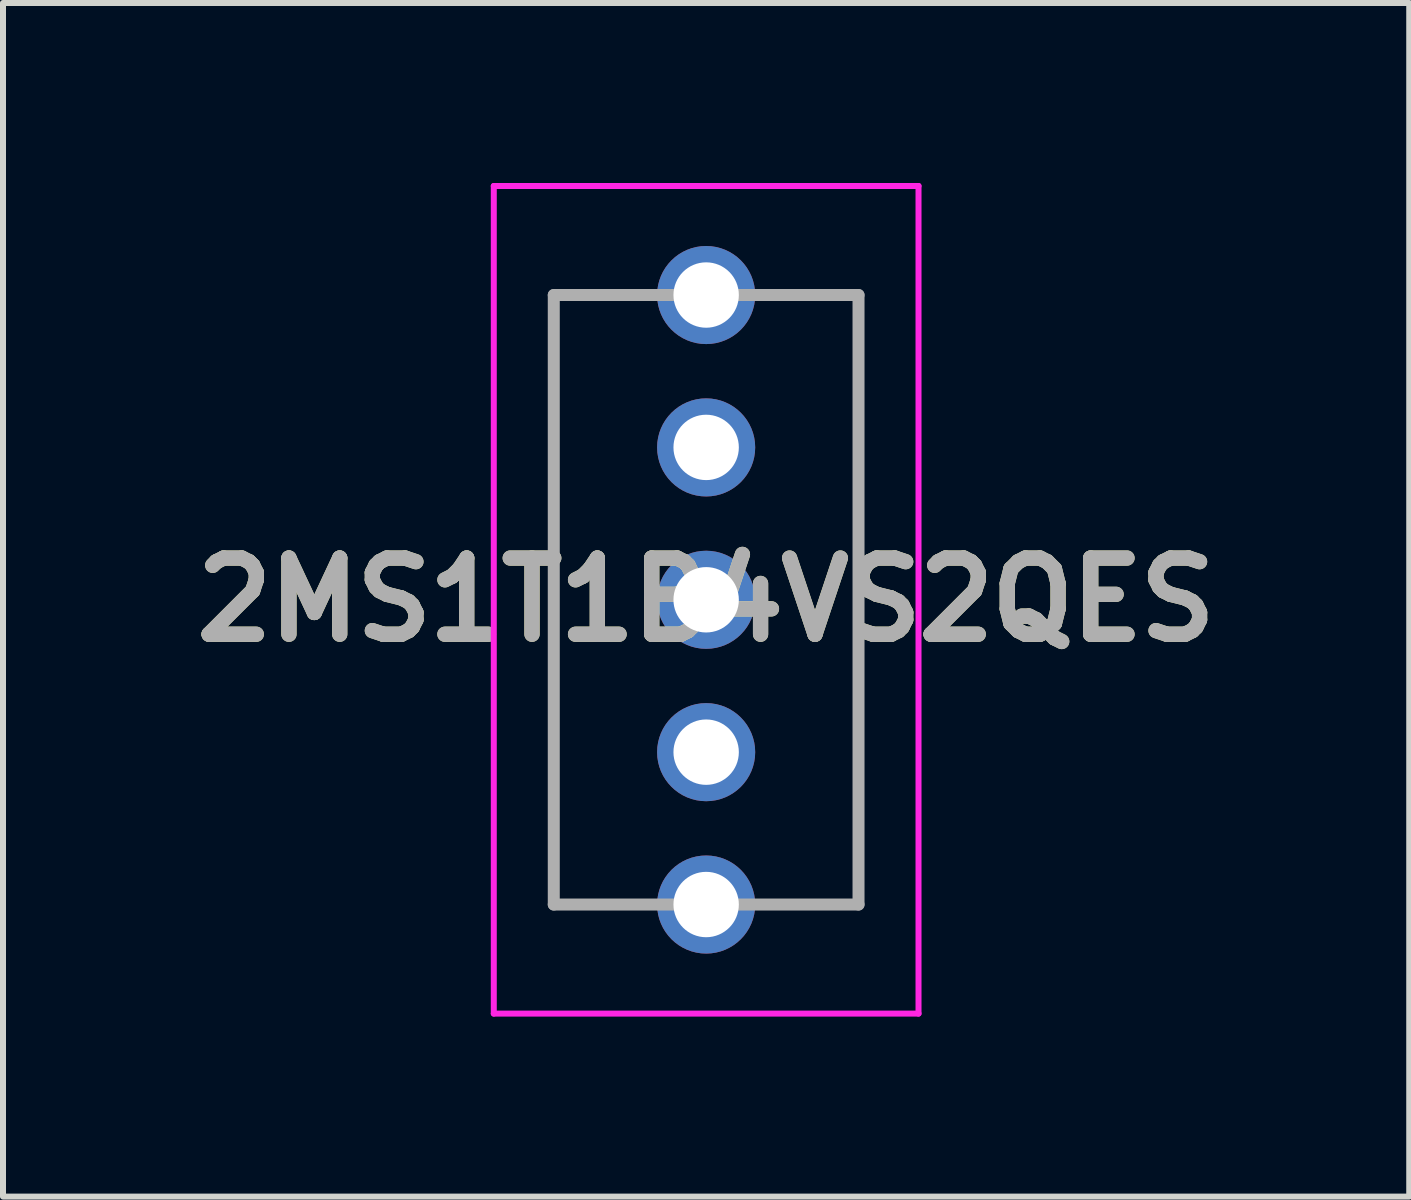
<source format=kicad_pcb>
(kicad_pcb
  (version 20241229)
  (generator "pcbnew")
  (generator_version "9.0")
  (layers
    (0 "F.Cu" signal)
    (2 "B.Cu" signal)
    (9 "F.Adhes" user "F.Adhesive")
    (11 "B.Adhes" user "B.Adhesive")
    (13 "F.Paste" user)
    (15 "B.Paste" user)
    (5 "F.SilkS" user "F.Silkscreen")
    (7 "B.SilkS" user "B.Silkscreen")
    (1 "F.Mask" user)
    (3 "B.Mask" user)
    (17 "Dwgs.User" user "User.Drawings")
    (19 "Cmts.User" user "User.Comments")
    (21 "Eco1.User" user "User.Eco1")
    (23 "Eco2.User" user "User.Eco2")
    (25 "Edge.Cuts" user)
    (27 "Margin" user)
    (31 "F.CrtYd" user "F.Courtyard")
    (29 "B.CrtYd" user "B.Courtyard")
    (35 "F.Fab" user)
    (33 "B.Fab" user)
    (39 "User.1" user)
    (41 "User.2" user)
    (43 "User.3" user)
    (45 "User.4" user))
  (footprint "2MS1T1B4VS2QES"
    (layer "F.Cu")
    (at 8.721 4.408)
    (property "Reference" "2MS1T1B4VS2QES" (at 0 2.54 0) (layer "F.SilkS") (effects (font (size 1.27 1.27) (thickness 0.254))))
    (attr through_hole)
    (fp_line (start -2.54 -2.54) (end -2.54 7.62) (stroke (width 0.1) (type solid)) (layer "F.SilkS"))
    (fp_line (start -2.54 7.62) (end -1 7.62) (stroke (width 0.1) (type solid)) (layer "F.SilkS"))
    (fp_line (start -1 -2.54) (end -2.54 -2.54) (stroke (width 0.1) (type solid)) (layer "F.SilkS"))
    (fp_line (start 1 -2.54) (end 2.54 -2.54) (stroke (width 0.1) (type solid)) (layer "F.SilkS"))
    (fp_line (start 2.54 -2.54) (end 2.54 7.62) (stroke (width 0.1) (type solid)) (layer "F.SilkS"))
    (fp_line (start 2.54 7.62) (end 1 7.62) (stroke (width 0.1) (type solid)) (layer "F.SilkS"))
    (fp_line (start -3.54 -4.358) (end 3.54 -4.358) (stroke (width 0.1) (type solid)) (layer "F.CrtYd"))
    (fp_line (start -3.54 9.438) (end -3.54 -4.358) (stroke (width 0.1) (type solid)) (layer "F.CrtYd"))
    (fp_line (start 3.54 -4.358) (end 3.54 9.438) (stroke (width 0.1) (type solid)) (layer "F.CrtYd"))
    (fp_line (start 3.54 9.438) (end -3.54 9.438) (stroke (width 0.1) (type solid)) (layer "F.CrtYd"))
    (fp_line (start -2.54 -2.54) (end 2.54 -2.54) (stroke (width 0.2) (type solid)) (layer "F.Fab"))
    (fp_line (start -2.54 7.62) (end -2.54 -2.54) (stroke (width 0.2) (type solid)) (layer "F.Fab"))
    (fp_line (start 2.54 -2.54) (end 2.54 7.62) (stroke (width 0.2) (type solid)) (layer "F.Fab"))
    (fp_line (start 2.54 7.62) (end -2.54 7.62) (stroke (width 0.2) (type solid)) (layer "F.Fab"))
    (fp_text user "${REFERENCE}" (at 0 2.54 0) (layer "F.Fab") (effects (font (size 1.27 1.27) (thickness 0.254))))
    (pad "1" thru_hole circle (at 0 0) (size 1.635 1.635) (drill 1.09) (layers "*.Cu" "*.Mask"))
    (pad "2" thru_hole circle (at 0 2.54) (size 1.635 1.635) (drill 1.09) (layers "*.Cu" "*.Mask"))
    (pad "3" thru_hole circle (at 0 5.08) (size 1.635 1.635) (drill 1.09) (layers "*.Cu" "*.Mask"))
    (pad "MH1" thru_hole circle (at 0 -2.54) (size 1.635 1.635) (drill 1.09) (layers "*.Cu" "*.Mask"))
    (pad "MH2" thru_hole circle (at 0 7.62) (size 1.635 1.635) (drill 1.09) (layers "*.Cu" "*.Mask")))
  (gr_rect
    (start -3 -3)
    (end 20.441 16.896)
    (stroke (width 0.1) (type default))
    (fill no)
    (layer "Edge.Cuts")))
</source>
